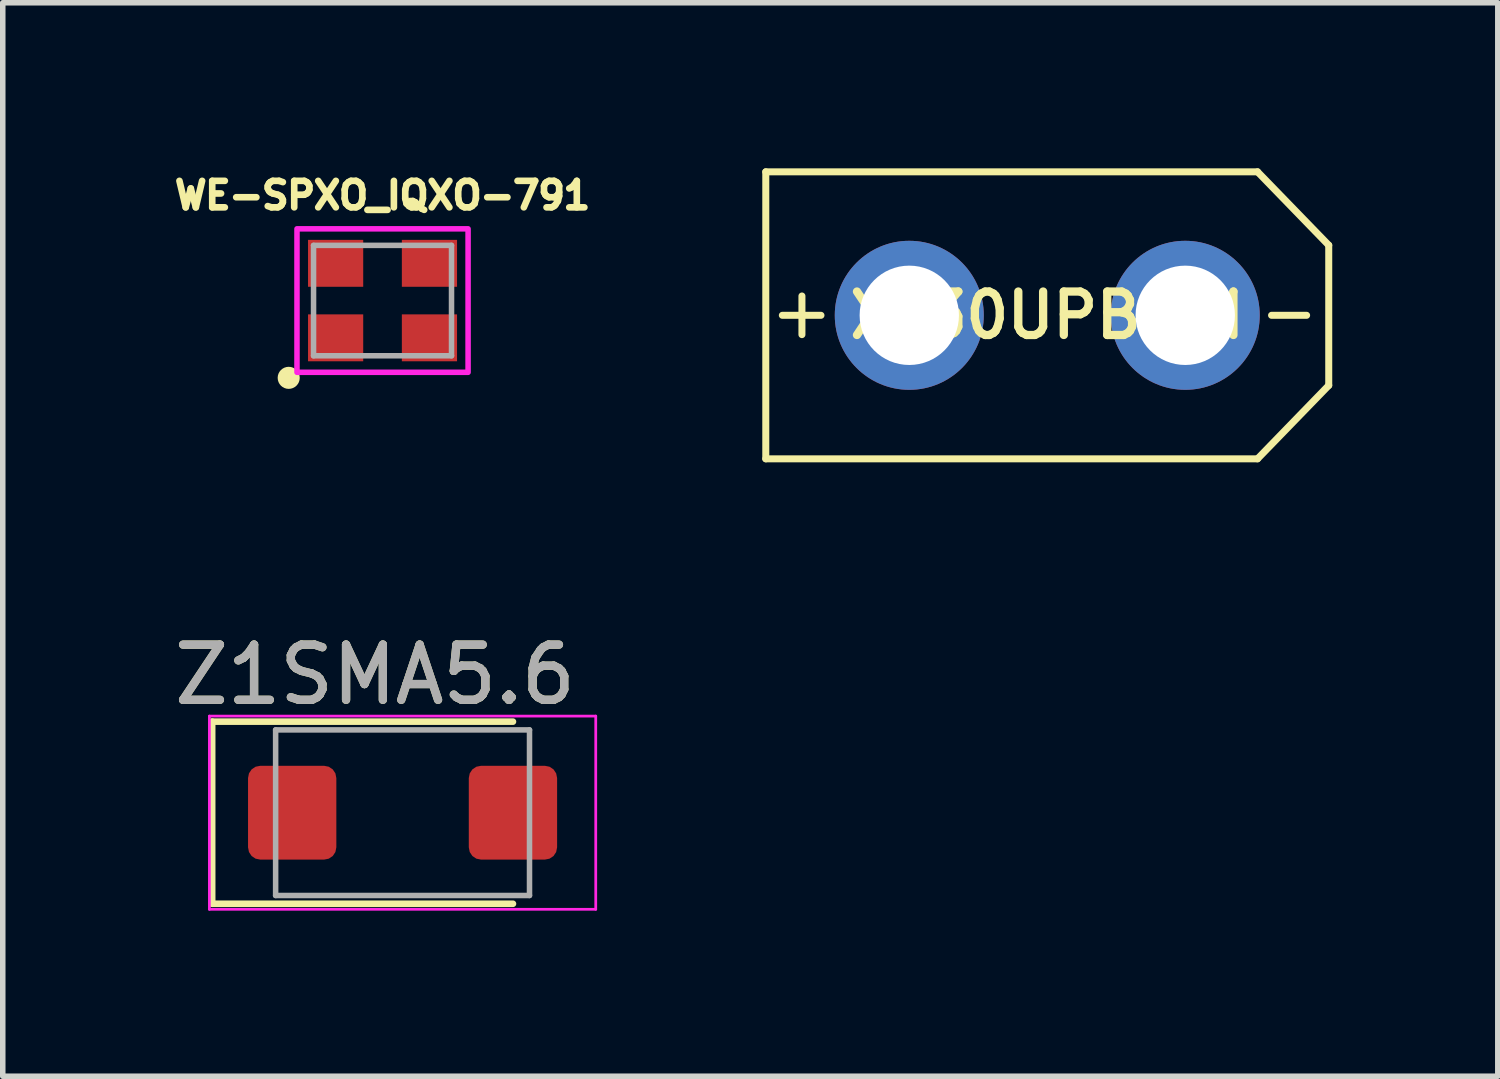
<source format=kicad_pcb>
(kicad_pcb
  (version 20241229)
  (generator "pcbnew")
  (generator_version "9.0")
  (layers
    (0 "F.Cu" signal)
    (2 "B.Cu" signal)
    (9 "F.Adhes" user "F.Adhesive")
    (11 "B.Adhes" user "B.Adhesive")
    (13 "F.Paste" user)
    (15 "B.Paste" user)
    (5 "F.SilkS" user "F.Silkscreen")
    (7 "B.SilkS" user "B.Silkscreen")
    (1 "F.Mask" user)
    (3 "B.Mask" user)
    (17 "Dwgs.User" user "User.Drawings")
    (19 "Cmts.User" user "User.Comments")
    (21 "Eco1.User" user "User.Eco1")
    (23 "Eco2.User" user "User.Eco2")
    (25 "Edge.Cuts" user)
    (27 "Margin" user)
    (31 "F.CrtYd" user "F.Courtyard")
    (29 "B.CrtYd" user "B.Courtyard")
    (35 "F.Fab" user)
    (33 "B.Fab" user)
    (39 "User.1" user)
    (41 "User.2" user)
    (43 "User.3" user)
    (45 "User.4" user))
  (footprint "WE-SPXO_IQXO-791"
    (layer "F.Cu")
    (at 3.881 2.396)
    (property "Reference" "WE-SPXO_IQXO-791" (at 0 -1.905 0) (layer "F.SilkS") (effects (font (size 0.48 0.48) (thickness 0.12))))
    (attr smd)
    (fp_circle (center -1.7 1.4) (end -1.6 1.4) (stroke (width 0.2) (type solid)) (fill no) (layer "F.SilkS"))
    (fp_poly (pts (xy -1.55 -1.3) (xy 1.55 -1.3) (xy 1.55 1.3) (xy -1.55 1.3)) (stroke (width 0.1) (type solid)) (fill no) (layer "F.CrtYd"))
    (fp_line (start -1.25 -1) (end 1.25 -1) (stroke (width 0.1) (type solid)) (layer "F.Fab"))
    (fp_line (start -1.25 1) (end -1.25 -1) (stroke (width 0.1) (type solid)) (layer "F.Fab"))
    (fp_line (start 1.25 -1) (end 1.25 1) (stroke (width 0.1) (type solid)) (layer "F.Fab"))
    (fp_line (start 1.25 1) (end -1.25 1) (stroke (width 0.1) (type solid)) (layer "F.Fab"))
    (pad "1" smd rect (at -0.85 0.675) (size 1 0.85) (layers "F.Cu" "F.Mask" "F.Paste"))
    (pad "2" smd rect (at 0.85 0.675) (size 1 0.85) (layers "F.Cu" "F.Mask" "F.Paste"))
    (pad "3" smd rect (at 0.85 -0.675) (size 1 0.85) (layers "F.Cu" "F.Mask" "F.Paste"))
    (pad "4" smd rect (at -0.85 -0.675) (size 1 0.85) (layers "F.Cu" "F.Mask" "F.Paste")))
  (footprint "Z1SMA5.6"
    (layer "F.Cu")
    (at 2.244 11.675)
    (property "Reference" "Z1SMA5.6" (at 1.5 -2.5 0) (layer "F.SilkS") (effects (font (size 1 1) (thickness 0.15))))
    (attr smd)
    (fp_line (start -1.45 -1.65) (end -1.45 1.65) (stroke (width 0.12) (type solid)) (layer "F.SilkS"))
    (fp_line (start -1.45 -1.65) (end 4 -1.65) (stroke (width 0.12) (type solid)) (layer "F.SilkS"))
    (fp_line (start -1.45 1.65) (end 4 1.65) (stroke (width 0.12) (type solid)) (layer "F.SilkS"))
    (fp_line (start -1.5 -1.75) (end 5.5 -1.75) (stroke (width 0.05) (type solid)) (layer "F.CrtYd"))
    (fp_line (start -1.5 1.75) (end -1.5 -1.75) (stroke (width 0.05) (type solid)) (layer "F.CrtYd"))
    (fp_line (start 5.5 -1.75) (end 5.5 1.75) (stroke (width 0.05) (type solid)) (layer "F.CrtYd"))
    (fp_line (start 5.5 1.75) (end -1.5 1.75) (stroke (width 0.05) (type solid)) (layer "F.CrtYd"))
    (fp_line (start -0.3 1.5) (end -0.3 -1.5) (stroke (width 0.1) (type solid)) (layer "F.Fab"))
    (fp_line (start 4.3 -1.5) (end -0.3 -1.5) (stroke (width 0.1) (type solid)) (layer "F.Fab"))
    (fp_line (start 4.3 -1.5) (end 4.3 1.5) (stroke (width 0.1) (type solid)) (layer "F.Fab"))
    (fp_line (start 4.3 1.5) (end -0.3 1.5) (stroke (width 0.1) (type solid)) (layer "F.Fab"))
    (fp_text user "${REFERENCE}" (at 1.5 -2.5 0) (layer "F.Fab") (effects (font (size 1 1) (thickness 0.15))))
    (pad "1" smd roundrect (at 0 0) (size 1.6 1.7) (layers "F.Cu" "F.Mask" "F.Paste") (roundrect_rratio 0.139))
    (pad "2" smd roundrect (at 4 0) (size 1.6 1.7) (layers "F.Cu" "F.Mask" "F.Paste") (roundrect_rratio 0.139)))
  (footprint "XT30UPB-M"
    (layer "F.Cu")
    (at 15.925 2.663)
    (property "Reference" "XT30UPB-M" (at 0 0 0) (layer "F.SilkS") (effects (font (size 0.787 0.787) (thickness 0.15))))
    (attr through_hole)
    (fp_line (start -5.1 -2.6) (end -5.1 2.6) (stroke (width 0.127) (type solid)) (layer "F.SilkS"))
    (fp_line (start -5.1 2.6) (end 3.81 2.6) (stroke (width 0.127) (type solid)) (layer "F.SilkS"))
    (fp_line (start -4.8 0) (end -4.1 0) (stroke (width 0.127) (type solid)) (layer "F.SilkS"))
    (fp_line (start -4.445 -0.35) (end -4.445 0.35) (stroke (width 0.127) (type solid)) (layer "F.SilkS"))
    (fp_line (start 3.81 -2.6) (end -5.1 -2.6) (stroke (width 0.127) (type solid)) (layer "F.SilkS"))
    (fp_line (start 3.81 2.6) (end 5.1 1.27) (stroke (width 0.127) (type solid)) (layer "F.SilkS"))
    (fp_line (start 4.064 0) (end 4.699 0) (stroke (width 0.127) (type solid)) (layer "F.SilkS"))
    (fp_line (start 5.1 -1.27) (end 3.81 -2.6) (stroke (width 0.127) (type solid)) (layer "F.SilkS"))
    (fp_line (start 5.1 1.27) (end 5.1 -1.27) (stroke (width 0.127) (type solid)) (layer "F.SilkS"))
    (pad "1" thru_hole circle (at 2.5 0) (size 2.7 2.7) (drill 1.8) (layers "*.Cu" "*.Mask"))
    (pad "2" thru_hole circle (at -2.5 0) (size 2.7 2.7) (drill 1.8) (layers "*.Cu" "*.Mask")))
  (gr_rect
    (start -3 -3)
    (end 24.088 16.45)
    (stroke (width 0.1) (type default))
    (fill no)
    (layer "Edge.Cuts")))
</source>
